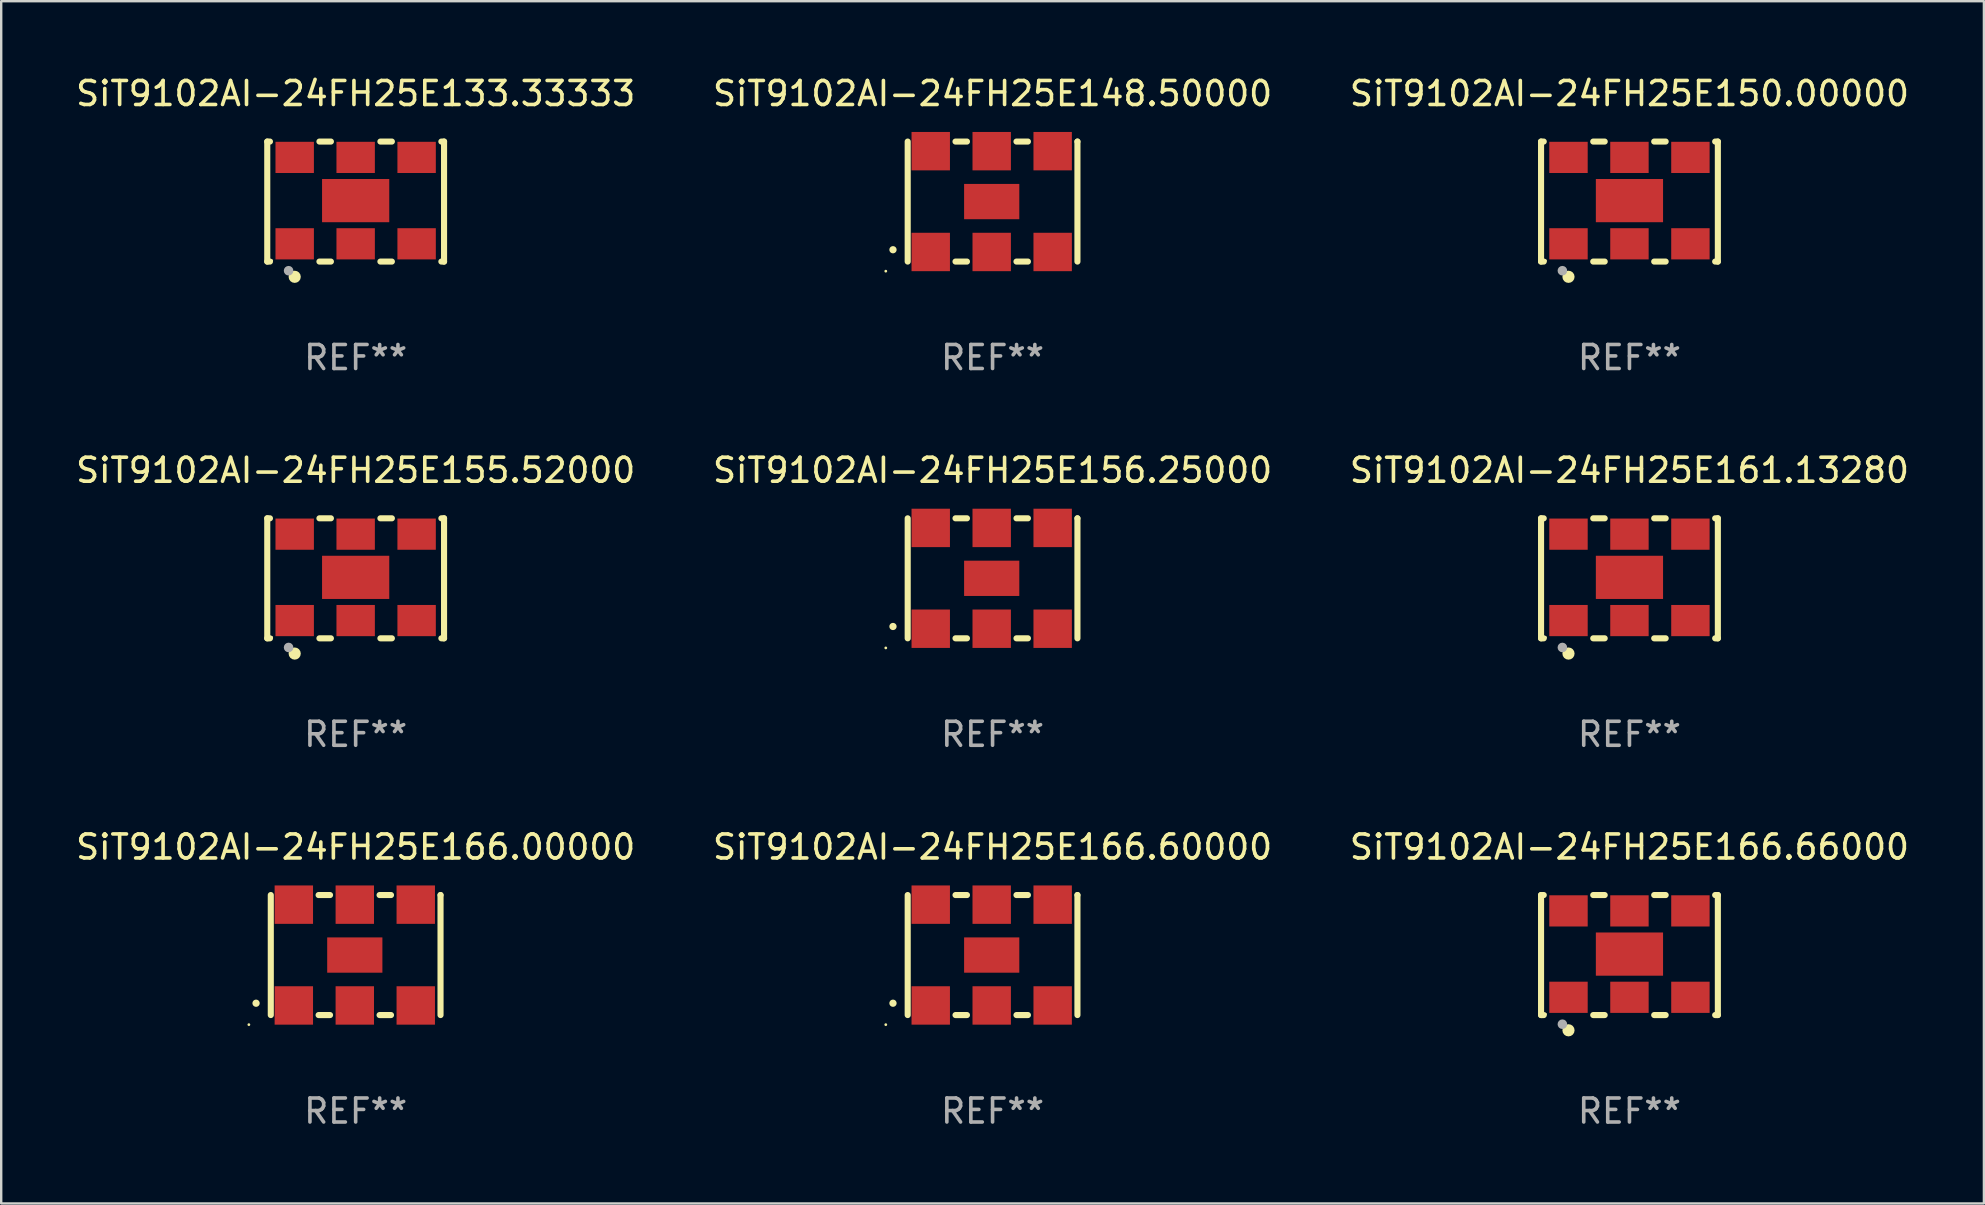
<source format=kicad_pcb>
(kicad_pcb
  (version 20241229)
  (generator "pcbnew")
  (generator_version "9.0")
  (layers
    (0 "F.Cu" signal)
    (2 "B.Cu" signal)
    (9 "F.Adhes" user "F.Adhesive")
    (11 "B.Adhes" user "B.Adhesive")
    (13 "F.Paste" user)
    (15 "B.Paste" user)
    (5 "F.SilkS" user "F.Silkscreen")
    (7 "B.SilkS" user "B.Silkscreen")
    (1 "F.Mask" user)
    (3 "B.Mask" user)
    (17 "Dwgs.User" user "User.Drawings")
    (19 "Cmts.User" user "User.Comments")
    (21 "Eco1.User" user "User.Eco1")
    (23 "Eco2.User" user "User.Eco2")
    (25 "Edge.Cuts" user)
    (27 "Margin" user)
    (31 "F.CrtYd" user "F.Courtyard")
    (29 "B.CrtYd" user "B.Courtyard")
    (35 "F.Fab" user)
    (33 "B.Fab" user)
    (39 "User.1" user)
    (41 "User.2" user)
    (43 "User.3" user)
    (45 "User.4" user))
  (footprint "SiT9102AI-24FH25E161.13280"
    (layer "F.Cu")
    (at 64.839 21.045)
    (property "Reference" "SiT9102AI-24FH25E161.13280" (at 0 -4.5 0) (layer "F.SilkS") (effects (font (size 1 1) (thickness 0.15))))
    (attr through_hole)
    (fp_line (start -3.683 -2.5) (end -3.571 -2.5) (stroke (width 0.254) (type solid)) (layer "F.SilkS"))
    (fp_line (start -3.683 2.5) (end -3.683 -2.5) (stroke (width 0.254) (type solid)) (layer "F.SilkS"))
    (fp_line (start -3.683 2.5) (end -3.571 2.5) (stroke (width 0.254) (type solid)) (layer "F.SilkS"))
    (fp_line (start -1.509 -2.5) (end -1.031 -2.5) (stroke (width 0.254) (type solid)) (layer "F.SilkS"))
    (fp_line (start -1.509 2.5) (end -1.031 2.5) (stroke (width 0.254) (type solid)) (layer "F.SilkS"))
    (fp_line (start 1.031 -2.5) (end 1.509 -2.5) (stroke (width 0.254) (type solid)) (layer "F.SilkS"))
    (fp_line (start 1.031 2.5) (end 1.509 2.5) (stroke (width 0.254) (type solid)) (layer "F.SilkS"))
    (fp_line (start 3.571 -2.5) (end 3.683 -2.5) (stroke (width 0.254) (type solid)) (layer "F.SilkS"))
    (fp_line (start 3.571 2.5) (end 3.683 2.5) (stroke (width 0.254) (type solid)) (layer "F.SilkS"))
    (fp_line (start 3.683 2.5) (end 3.683 -2.5) (stroke (width 0.254) (type solid)) (layer "F.SilkS"))
    (fp_circle (center -3.5 2.46) (end -3.47 2.46) (stroke (width 0.06) (type solid)) (fill no) (layer "F.SilkS"))
    (fp_circle (center -2.54 3.135) (end -2.413 3.135) (stroke (width 0.254) (type solid)) (fill no) (layer "F.SilkS"))
    (fp_circle (center -2.794 2.881) (end -2.694 2.881) (stroke (width 0.2) (type solid)) (fill no) (layer "F.Fab"))
    (fp_text user "REF**" (at 0 6.5 0) (layer "F.Fab") (effects (font (size 1 1) (thickness 0.15))))
    (pad "1" smd rect (at -2.54 1.76) (size 1.6 1.3) (layers "F.Cu" "F.Mask" "F.Paste"))
    (pad "2" smd rect (at 0 1.76) (size 1.6 1.3) (layers "F.Cu" "F.Mask" "F.Paste"))
    (pad "3" smd rect (at 2.54 1.76) (size 1.6 1.3) (layers "F.Cu" "F.Mask" "F.Paste"))
    (pad "4" smd rect (at 2.54 -1.84) (size 1.6 1.3) (layers "F.Cu" "F.Mask" "F.Paste"))
    (pad "5" smd rect (at 0 -1.84) (size 1.6 1.3) (layers "F.Cu" "F.Mask" "F.Paste"))
    (pad "6" smd rect (at -2.54 -1.84) (size 1.6 1.3) (layers "F.Cu" "F.Mask" "F.Paste"))
    (pad "7" smd rect (at 0 -0.04) (size 2.8 1.8) (layers "F.Cu" "F.Mask" "F.Paste")))
  (footprint "SiT9102AI-24FH25E155.52000"
    (layer "F.Cu")
    (at 11.768 21.045)
    (property "Reference" "SiT9102AI-24FH25E155.52000" (at 0 -4.5 0) (layer "F.SilkS") (effects (font (size 1 1) (thickness 0.15))))
    (attr through_hole)
    (fp_line (start -3.683 -2.5) (end -3.571 -2.5) (stroke (width 0.254) (type solid)) (layer "F.SilkS"))
    (fp_line (start -3.683 2.5) (end -3.683 -2.5) (stroke (width 0.254) (type solid)) (layer "F.SilkS"))
    (fp_line (start -3.683 2.5) (end -3.571 2.5) (stroke (width 0.254) (type solid)) (layer "F.SilkS"))
    (fp_line (start -1.509 -2.5) (end -1.031 -2.5) (stroke (width 0.254) (type solid)) (layer "F.SilkS"))
    (fp_line (start -1.509 2.5) (end -1.031 2.5) (stroke (width 0.254) (type solid)) (layer "F.SilkS"))
    (fp_line (start 1.031 -2.5) (end 1.509 -2.5) (stroke (width 0.254) (type solid)) (layer "F.SilkS"))
    (fp_line (start 1.031 2.5) (end 1.509 2.5) (stroke (width 0.254) (type solid)) (layer "F.SilkS"))
    (fp_line (start 3.571 -2.5) (end 3.683 -2.5) (stroke (width 0.254) (type solid)) (layer "F.SilkS"))
    (fp_line (start 3.571 2.5) (end 3.683 2.5) (stroke (width 0.254) (type solid)) (layer "F.SilkS"))
    (fp_line (start 3.683 2.5) (end 3.683 -2.5) (stroke (width 0.254) (type solid)) (layer "F.SilkS"))
    (fp_circle (center -3.5 2.46) (end -3.47 2.46) (stroke (width 0.06) (type solid)) (fill no) (layer "F.SilkS"))
    (fp_circle (center -2.54 3.135) (end -2.413 3.135) (stroke (width 0.254) (type solid)) (fill no) (layer "F.SilkS"))
    (fp_circle (center -2.794 2.881) (end -2.694 2.881) (stroke (width 0.2) (type solid)) (fill no) (layer "F.Fab"))
    (fp_text user "REF**" (at 0 6.5 0) (layer "F.Fab") (effects (font (size 1 1) (thickness 0.15))))
    (pad "1" smd rect (at -2.54 1.76) (size 1.6 1.3) (layers "F.Cu" "F.Mask" "F.Paste"))
    (pad "2" smd rect (at 0 1.76) (size 1.6 1.3) (layers "F.Cu" "F.Mask" "F.Paste"))
    (pad "3" smd rect (at 2.54 1.76) (size 1.6 1.3) (layers "F.Cu" "F.Mask" "F.Paste"))
    (pad "4" smd rect (at 2.54 -1.84) (size 1.6 1.3) (layers "F.Cu" "F.Mask" "F.Paste"))
    (pad "5" smd rect (at 0 -1.84) (size 1.6 1.3) (layers "F.Cu" "F.Mask" "F.Paste"))
    (pad "6" smd rect (at -2.54 -1.84) (size 1.6 1.3) (layers "F.Cu" "F.Mask" "F.Paste"))
    (pad "7" smd rect (at 0 -0.04) (size 2.8 1.8) (layers "F.Cu" "F.Mask" "F.Paste")))
  (footprint "SiT9102AI-24FH25E150.00000"
    (layer "F.Cu")
    (at 64.839 5.348)
    (property "Reference" "SiT9102AI-24FH25E150.00000" (at 0 -4.5 0) (layer "F.SilkS") (effects (font (size 1 1) (thickness 0.15))))
    (attr through_hole)
    (fp_line (start -3.683 -2.5) (end -3.571 -2.5) (stroke (width 0.254) (type solid)) (layer "F.SilkS"))
    (fp_line (start -3.683 2.5) (end -3.683 -2.5) (stroke (width 0.254) (type solid)) (layer "F.SilkS"))
    (fp_line (start -3.683 2.5) (end -3.571 2.5) (stroke (width 0.254) (type solid)) (layer "F.SilkS"))
    (fp_line (start -1.509 -2.5) (end -1.031 -2.5) (stroke (width 0.254) (type solid)) (layer "F.SilkS"))
    (fp_line (start -1.509 2.5) (end -1.031 2.5) (stroke (width 0.254) (type solid)) (layer "F.SilkS"))
    (fp_line (start 1.031 -2.5) (end 1.509 -2.5) (stroke (width 0.254) (type solid)) (layer "F.SilkS"))
    (fp_line (start 1.031 2.5) (end 1.509 2.5) (stroke (width 0.254) (type solid)) (layer "F.SilkS"))
    (fp_line (start 3.571 -2.5) (end 3.683 -2.5) (stroke (width 0.254) (type solid)) (layer "F.SilkS"))
    (fp_line (start 3.571 2.5) (end 3.683 2.5) (stroke (width 0.254) (type solid)) (layer "F.SilkS"))
    (fp_line (start 3.683 2.5) (end 3.683 -2.5) (stroke (width 0.254) (type solid)) (layer "F.SilkS"))
    (fp_circle (center -3.5 2.46) (end -3.47 2.46) (stroke (width 0.06) (type solid)) (fill no) (layer "F.SilkS"))
    (fp_circle (center -2.54 3.135) (end -2.413 3.135) (stroke (width 0.254) (type solid)) (fill no) (layer "F.SilkS"))
    (fp_circle (center -2.794 2.881) (end -2.694 2.881) (stroke (width 0.2) (type solid)) (fill no) (layer "F.Fab"))
    (fp_text user "REF**" (at 0 6.5 0) (layer "F.Fab") (effects (font (size 1 1) (thickness 0.15))))
    (pad "1" smd rect (at -2.54 1.76) (size 1.6 1.3) (layers "F.Cu" "F.Mask" "F.Paste"))
    (pad "2" smd rect (at 0 1.76) (size 1.6 1.3) (layers "F.Cu" "F.Mask" "F.Paste"))
    (pad "3" smd rect (at 2.54 1.76) (size 1.6 1.3) (layers "F.Cu" "F.Mask" "F.Paste"))
    (pad "4" smd rect (at 2.54 -1.84) (size 1.6 1.3) (layers "F.Cu" "F.Mask" "F.Paste"))
    (pad "5" smd rect (at 0 -1.84) (size 1.6 1.3) (layers "F.Cu" "F.Mask" "F.Paste"))
    (pad "6" smd rect (at -2.54 -1.84) (size 1.6 1.3) (layers "F.Cu" "F.Mask" "F.Paste"))
    (pad "7" smd rect (at 0 -0.04) (size 2.8 1.8) (layers "F.Cu" "F.Mask" "F.Paste")))
  (footprint "SiT9102AI-24FH25E148.50000"
    (layer "F.Cu")
    (at 38.304 5.348)
    (property "Reference" "SiT9102AI-24FH25E148.50000" (at 0 -4.5 0) (layer "F.SilkS") (effects (font (size 1 1) (thickness 0.15))))
    (attr through_hole)
    (fp_line (start -3.536 -2.5) (end -3.536 2.5) (stroke (width 0.254) (type solid)) (layer "F.SilkS"))
    (fp_line (start -1.544 2.5) (end -1.067 2.5) (stroke (width 0.254) (type solid)) (layer "F.SilkS"))
    (fp_line (start -1.067 -2.5) (end -1.544 -2.5) (stroke (width 0.254) (type solid)) (layer "F.SilkS"))
    (fp_line (start 0.996 2.5) (end 1.473 2.5) (stroke (width 0.254) (type solid)) (layer "F.SilkS"))
    (fp_line (start 1.473 -2.5) (end 0.996 -2.5) (stroke (width 0.254) (type solid)) (layer "F.SilkS"))
    (fp_line (start 3.536 -2.5) (end 3.536 -2.5) (stroke (width 0.254) (type solid)) (layer "F.SilkS"))
    (fp_line (start 3.536 2.5) (end 3.536 -2.5) (stroke (width 0.254) (type solid)) (layer "F.SilkS"))
    (fp_arc (start -4.150432 2.006604) (mid -4.149162 2.006599) (end -4.147892 2.006604) (stroke (width 0.3) (type solid)) (layer "F.SilkS"))
    (fp_circle (center -4.449 2.9) (end -4.419 2.9) (stroke (width 0.06) (type solid)) (fill no) (layer "F.SilkS"))
    (fp_text user "REF**" (at 0 6.5 0) (layer "F.Fab") (effects (font (size 1 1) (thickness 0.15))))
    (pad "1" smd rect (at -2.576 2.1) (size 1.6 1.6) (layers "F.Cu" "F.Mask" "F.Paste"))
    (pad "2" smd rect (at -0.036 2.1) (size 1.6 1.6) (layers "F.Cu" "F.Mask" "F.Paste"))
    (pad "3" smd rect (at 2.504 2.1) (size 1.6 1.6) (layers "F.Cu" "F.Mask" "F.Paste"))
    (pad "4" smd rect (at 2.504 -2.1) (size 1.6 1.6) (layers "F.Cu" "F.Mask" "F.Paste"))
    (pad "5" smd rect (at -0.036 -2.1) (size 1.6 1.6) (layers "F.Cu" "F.Mask" "F.Paste"))
    (pad "6" smd rect (at -2.576 -2.1) (size 1.6 1.6) (layers "F.Cu" "F.Mask" "F.Paste"))
    (pad "7" smd rect (at -0.036 0) (size 2.3 1.47) (layers "F.Cu" "F.Mask" "F.Paste")))
  (footprint "SiT9102AI-24FH25E166.60000"
    (layer "F.Cu")
    (at 38.304 36.741)
    (property "Reference" "SiT9102AI-24FH25E166.60000" (at 0 -4.5 0) (layer "F.SilkS") (effects (font (size 1 1) (thickness 0.15))))
    (attr through_hole)
    (fp_line (start -3.536 -2.5) (end -3.536 2.5) (stroke (width 0.254) (type solid)) (layer "F.SilkS"))
    (fp_line (start -1.544 2.5) (end -1.067 2.5) (stroke (width 0.254) (type solid)) (layer "F.SilkS"))
    (fp_line (start -1.067 -2.5) (end -1.544 -2.5) (stroke (width 0.254) (type solid)) (layer "F.SilkS"))
    (fp_line (start 0.996 2.5) (end 1.473 2.5) (stroke (width 0.254) (type solid)) (layer "F.SilkS"))
    (fp_line (start 1.473 -2.5) (end 0.996 -2.5) (stroke (width 0.254) (type solid)) (layer "F.SilkS"))
    (fp_line (start 3.536 -2.5) (end 3.536 -2.5) (stroke (width 0.254) (type solid)) (layer "F.SilkS"))
    (fp_line (start 3.536 2.5) (end 3.536 -2.5) (stroke (width 0.254) (type solid)) (layer "F.SilkS"))
    (fp_arc (start -4.150432 2.006604) (mid -4.149162 2.006599) (end -4.147892 2.006604) (stroke (width 0.3) (type solid)) (layer "F.SilkS"))
    (fp_circle (center -4.449 2.9) (end -4.419 2.9) (stroke (width 0.06) (type solid)) (fill no) (layer "F.SilkS"))
    (fp_text user "REF**" (at 0 6.5 0) (layer "F.Fab") (effects (font (size 1 1) (thickness 0.15))))
    (pad "1" smd rect (at -2.576 2.1) (size 1.6 1.6) (layers "F.Cu" "F.Mask" "F.Paste"))
    (pad "2" smd rect (at -0.036 2.1) (size 1.6 1.6) (layers "F.Cu" "F.Mask" "F.Paste"))
    (pad "3" smd rect (at 2.504 2.1) (size 1.6 1.6) (layers "F.Cu" "F.Mask" "F.Paste"))
    (pad "4" smd rect (at 2.504 -2.1) (size 1.6 1.6) (layers "F.Cu" "F.Mask" "F.Paste"))
    (pad "5" smd rect (at -0.036 -2.1) (size 1.6 1.6) (layers "F.Cu" "F.Mask" "F.Paste"))
    (pad "6" smd rect (at -2.576 -2.1) (size 1.6 1.6) (layers "F.Cu" "F.Mask" "F.Paste"))
    (pad "7" smd rect (at -0.036 0) (size 2.3 1.47) (layers "F.Cu" "F.Mask" "F.Paste")))
  (footprint "SiT9102AI-24FH25E133.33333"
    (layer "F.Cu")
    (at 11.768 5.348)
    (property "Reference" "SiT9102AI-24FH25E133.33333" (at 0 -4.5 0) (layer "F.SilkS") (effects (font (size 1 1) (thickness 0.15))))
    (attr through_hole)
    (fp_line (start -3.683 -2.5) (end -3.571 -2.5) (stroke (width 0.254) (type solid)) (layer "F.SilkS"))
    (fp_line (start -3.683 2.5) (end -3.683 -2.5) (stroke (width 0.254) (type solid)) (layer "F.SilkS"))
    (fp_line (start -3.683 2.5) (end -3.571 2.5) (stroke (width 0.254) (type solid)) (layer "F.SilkS"))
    (fp_line (start -1.509 -2.5) (end -1.031 -2.5) (stroke (width 0.254) (type solid)) (layer "F.SilkS"))
    (fp_line (start -1.509 2.5) (end -1.031 2.5) (stroke (width 0.254) (type solid)) (layer "F.SilkS"))
    (fp_line (start 1.031 -2.5) (end 1.509 -2.5) (stroke (width 0.254) (type solid)) (layer "F.SilkS"))
    (fp_line (start 1.031 2.5) (end 1.509 2.5) (stroke (width 0.254) (type solid)) (layer "F.SilkS"))
    (fp_line (start 3.571 -2.5) (end 3.683 -2.5) (stroke (width 0.254) (type solid)) (layer "F.SilkS"))
    (fp_line (start 3.571 2.5) (end 3.683 2.5) (stroke (width 0.254) (type solid)) (layer "F.SilkS"))
    (fp_line (start 3.683 2.5) (end 3.683 -2.5) (stroke (width 0.254) (type solid)) (layer "F.SilkS"))
    (fp_circle (center -3.5 2.46) (end -3.47 2.46) (stroke (width 0.06) (type solid)) (fill no) (layer "F.SilkS"))
    (fp_circle (center -2.54 3.135) (end -2.413 3.135) (stroke (width 0.254) (type solid)) (fill no) (layer "F.SilkS"))
    (fp_circle (center -2.794 2.881) (end -2.694 2.881) (stroke (width 0.2) (type solid)) (fill no) (layer "F.Fab"))
    (fp_text user "REF**" (at 0 6.5 0) (layer "F.Fab") (effects (font (size 1 1) (thickness 0.15))))
    (pad "1" smd rect (at -2.54 1.76) (size 1.6 1.3) (layers "F.Cu" "F.Mask" "F.Paste"))
    (pad "2" smd rect (at 0 1.76) (size 1.6 1.3) (layers "F.Cu" "F.Mask" "F.Paste"))
    (pad "3" smd rect (at 2.54 1.76) (size 1.6 1.3) (layers "F.Cu" "F.Mask" "F.Paste"))
    (pad "4" smd rect (at 2.54 -1.84) (size 1.6 1.3) (layers "F.Cu" "F.Mask" "F.Paste"))
    (pad "5" smd rect (at 0 -1.84) (size 1.6 1.3) (layers "F.Cu" "F.Mask" "F.Paste"))
    (pad "6" smd rect (at -2.54 -1.84) (size 1.6 1.3) (layers "F.Cu" "F.Mask" "F.Paste"))
    (pad "7" smd rect (at 0 -0.04) (size 2.8 1.8) (layers "F.Cu" "F.Mask" "F.Paste")))
  (footprint "SiT9102AI-24FH25E156.25000"
    (layer "F.Cu")
    (at 38.304 21.045)
    (property "Reference" "SiT9102AI-24FH25E156.25000" (at 0 -4.5 0) (layer "F.SilkS") (effects (font (size 1 1) (thickness 0.15))))
    (attr through_hole)
    (fp_line (start -3.536 -2.5) (end -3.536 2.5) (stroke (width 0.254) (type solid)) (layer "F.SilkS"))
    (fp_line (start -1.544 2.5) (end -1.067 2.5) (stroke (width 0.254) (type solid)) (layer "F.SilkS"))
    (fp_line (start -1.067 -2.5) (end -1.544 -2.5) (stroke (width 0.254) (type solid)) (layer "F.SilkS"))
    (fp_line (start 0.996 2.5) (end 1.473 2.5) (stroke (width 0.254) (type solid)) (layer "F.SilkS"))
    (fp_line (start 1.473 -2.5) (end 0.996 -2.5) (stroke (width 0.254) (type solid)) (layer "F.SilkS"))
    (fp_line (start 3.536 -2.5) (end 3.536 -2.5) (stroke (width 0.254) (type solid)) (layer "F.SilkS"))
    (fp_line (start 3.536 2.5) (end 3.536 -2.5) (stroke (width 0.254) (type solid)) (layer "F.SilkS"))
    (fp_arc (start -4.150432 2.006604) (mid -4.149162 2.006599) (end -4.147892 2.006604) (stroke (width 0.3) (type solid)) (layer "F.SilkS"))
    (fp_circle (center -4.449 2.9) (end -4.419 2.9) (stroke (width 0.06) (type solid)) (fill no) (layer "F.SilkS"))
    (fp_text user "REF**" (at 0 6.5 0) (layer "F.Fab") (effects (font (size 1 1) (thickness 0.15))))
    (pad "1" smd rect (at -2.576 2.1) (size 1.6 1.6) (layers "F.Cu" "F.Mask" "F.Paste"))
    (pad "2" smd rect (at -0.036 2.1) (size 1.6 1.6) (layers "F.Cu" "F.Mask" "F.Paste"))
    (pad "3" smd rect (at 2.504 2.1) (size 1.6 1.6) (layers "F.Cu" "F.Mask" "F.Paste"))
    (pad "4" smd rect (at 2.504 -2.1) (size 1.6 1.6) (layers "F.Cu" "F.Mask" "F.Paste"))
    (pad "5" smd rect (at -0.036 -2.1) (size 1.6 1.6) (layers "F.Cu" "F.Mask" "F.Paste"))
    (pad "6" smd rect (at -2.576 -2.1) (size 1.6 1.6) (layers "F.Cu" "F.Mask" "F.Paste"))
    (pad "7" smd rect (at -0.036 0) (size 2.3 1.47) (layers "F.Cu" "F.Mask" "F.Paste")))
  (footprint "SiT9102AI-24FH25E166.66000"
    (layer "F.Cu")
    (at 64.839 36.741)
    (property "Reference" "SiT9102AI-24FH25E166.66000" (at 0 -4.5 0) (layer "F.SilkS") (effects (font (size 1 1) (thickness 0.15))))
    (attr through_hole)
    (fp_line (start -3.683 -2.5) (end -3.571 -2.5) (stroke (width 0.254) (type solid)) (layer "F.SilkS"))
    (fp_line (start -3.683 2.5) (end -3.683 -2.5) (stroke (width 0.254) (type solid)) (layer "F.SilkS"))
    (fp_line (start -3.683 2.5) (end -3.571 2.5) (stroke (width 0.254) (type solid)) (layer "F.SilkS"))
    (fp_line (start -1.509 -2.5) (end -1.031 -2.5) (stroke (width 0.254) (type solid)) (layer "F.SilkS"))
    (fp_line (start -1.509 2.5) (end -1.031 2.5) (stroke (width 0.254) (type solid)) (layer "F.SilkS"))
    (fp_line (start 1.031 -2.5) (end 1.509 -2.5) (stroke (width 0.254) (type solid)) (layer "F.SilkS"))
    (fp_line (start 1.031 2.5) (end 1.509 2.5) (stroke (width 0.254) (type solid)) (layer "F.SilkS"))
    (fp_line (start 3.571 -2.5) (end 3.683 -2.5) (stroke (width 0.254) (type solid)) (layer "F.SilkS"))
    (fp_line (start 3.571 2.5) (end 3.683 2.5) (stroke (width 0.254) (type solid)) (layer "F.SilkS"))
    (fp_line (start 3.683 2.5) (end 3.683 -2.5) (stroke (width 0.254) (type solid)) (layer "F.SilkS"))
    (fp_circle (center -3.5 2.46) (end -3.47 2.46) (stroke (width 0.06) (type solid)) (fill no) (layer "F.SilkS"))
    (fp_circle (center -2.54 3.135) (end -2.413 3.135) (stroke (width 0.254) (type solid)) (fill no) (layer "F.SilkS"))
    (fp_circle (center -2.794 2.881) (end -2.694 2.881) (stroke (width 0.2) (type solid)) (fill no) (layer "F.Fab"))
    (fp_text user "REF**" (at 0 6.5 0) (layer "F.Fab") (effects (font (size 1 1) (thickness 0.15))))
    (pad "1" smd rect (at -2.54 1.76) (size 1.6 1.3) (layers "F.Cu" "F.Mask" "F.Paste"))
    (pad "2" smd rect (at 0 1.76) (size 1.6 1.3) (layers "F.Cu" "F.Mask" "F.Paste"))
    (pad "3" smd rect (at 2.54 1.76) (size 1.6 1.3) (layers "F.Cu" "F.Mask" "F.Paste"))
    (pad "4" smd rect (at 2.54 -1.84) (size 1.6 1.3) (layers "F.Cu" "F.Mask" "F.Paste"))
    (pad "5" smd rect (at 0 -1.84) (size 1.6 1.3) (layers "F.Cu" "F.Mask" "F.Paste"))
    (pad "6" smd rect (at -2.54 -1.84) (size 1.6 1.3) (layers "F.Cu" "F.Mask" "F.Paste"))
    (pad "7" smd rect (at 0 -0.04) (size 2.8 1.8) (layers "F.Cu" "F.Mask" "F.Paste")))
  (footprint "SiT9102AI-24FH25E166.00000"
    (layer "F.Cu")
    (at 11.768 36.741)
    (property "Reference" "SiT9102AI-24FH25E166.00000" (at 0 -4.5 0) (layer "F.SilkS") (effects (font (size 1 1) (thickness 0.15))))
    (attr through_hole)
    (fp_line (start -3.536 -2.5) (end -3.536 2.5) (stroke (width 0.254) (type solid)) (layer "F.SilkS"))
    (fp_line (start -1.544 2.5) (end -1.067 2.5) (stroke (width 0.254) (type solid)) (layer "F.SilkS"))
    (fp_line (start -1.067 -2.5) (end -1.544 -2.5) (stroke (width 0.254) (type solid)) (layer "F.SilkS"))
    (fp_line (start 0.996 2.5) (end 1.473 2.5) (stroke (width 0.254) (type solid)) (layer "F.SilkS"))
    (fp_line (start 1.473 -2.5) (end 0.996 -2.5) (stroke (width 0.254) (type solid)) (layer "F.SilkS"))
    (fp_line (start 3.536 -2.5) (end 3.536 -2.5) (stroke (width 0.254) (type solid)) (layer "F.SilkS"))
    (fp_line (start 3.536 2.5) (end 3.536 -2.5) (stroke (width 0.254) (type solid)) (layer "F.SilkS"))
    (fp_arc (start -4.150432 2.006604) (mid -4.149162 2.006599) (end -4.147892 2.006604) (stroke (width 0.3) (type solid)) (layer "F.SilkS"))
    (fp_circle (center -4.449 2.9) (end -4.419 2.9) (stroke (width 0.06) (type solid)) (fill no) (layer "F.SilkS"))
    (fp_text user "REF**" (at 0 6.5 0) (layer "F.Fab") (effects (font (size 1 1) (thickness 0.15))))
    (pad "1" smd rect (at -2.576 2.1) (size 1.6 1.6) (layers "F.Cu" "F.Mask" "F.Paste"))
    (pad "2" smd rect (at -0.036 2.1) (size 1.6 1.6) (layers "F.Cu" "F.Mask" "F.Paste"))
    (pad "3" smd rect (at 2.504 2.1) (size 1.6 1.6) (layers "F.Cu" "F.Mask" "F.Paste"))
    (pad "4" smd rect (at 2.504 -2.1) (size 1.6 1.6) (layers "F.Cu" "F.Mask" "F.Paste"))
    (pad "5" smd rect (at -0.036 -2.1) (size 1.6 1.6) (layers "F.Cu" "F.Mask" "F.Paste"))
    (pad "6" smd rect (at -2.576 -2.1) (size 1.6 1.6) (layers "F.Cu" "F.Mask" "F.Paste"))
    (pad "7" smd rect (at -0.036 0) (size 2.3 1.47) (layers "F.Cu" "F.Mask" "F.Paste")))
  (gr_rect
    (start -3 -3)
    (end 79.607 47.09)
    (stroke (width 0.1) (type default))
    (fill no)
    (layer "Edge.Cuts")))
</source>
